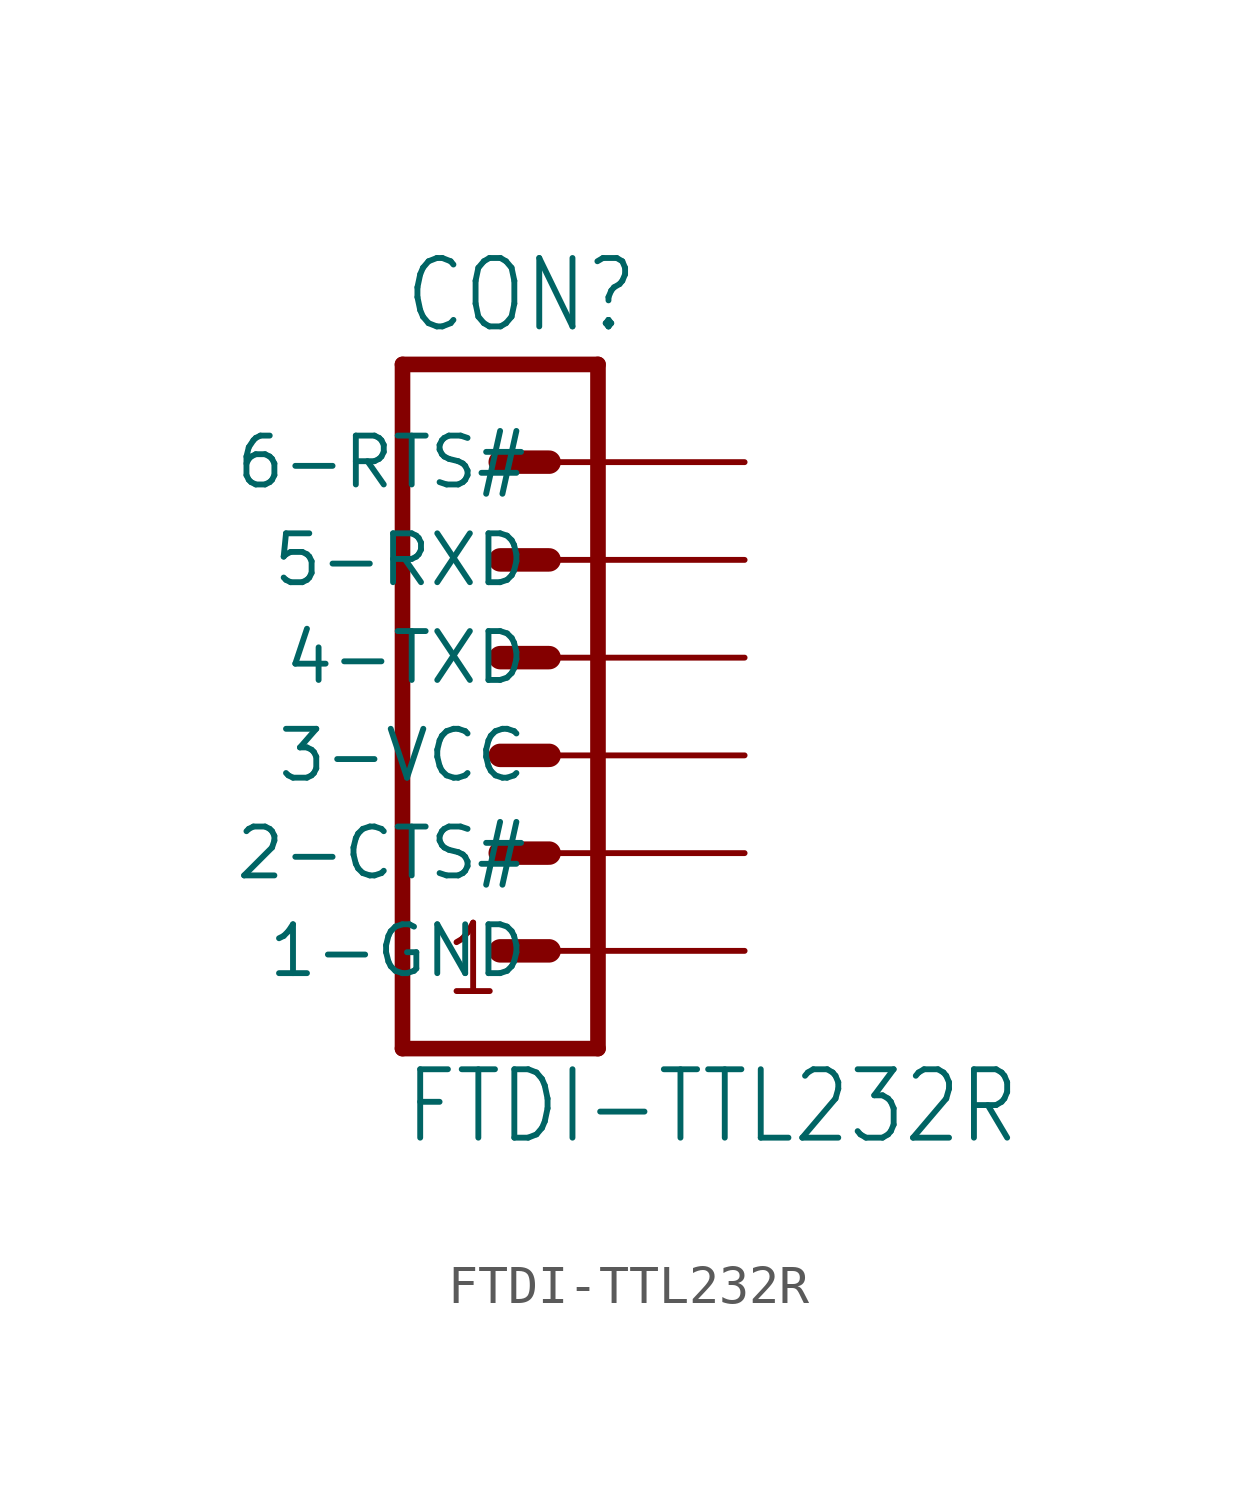
<source format=kicad_sym>
(kicad_symbol_lib
  (version 20211014)
  (generator kicad_symbol_editor)
  (symbol "FTDI-TTL232R"
    (property "Reference" "CON"
      (at -1.27 8.382 0)
      (effects (font (size 1.778 1.511)) (justify left bottom)))
    (property "Value" "FTDI-TTL232R"
      (at -1.27 -12.7 0)
      (effects (font (size 1.778 1.511)) (justify left bottom)))
    (property "ki_locked" ""
      (at 0 0 0)
      (effects (font (size 1.27 1.27))))
    (symbol "FTDI-TTL232R_1_0"
      (polyline (pts (xy -1.27 7.62) (xy -1.27 -10.16)) (stroke (width 0.406) (type default) (color 0 0 0 0)) (fill (type none)))
      (polyline (pts (xy -1.27 7.62) (xy 3.81 7.62)) (stroke (width 0.406) (type default) (color 0 0 0 0)) (fill (type none)))
      (polyline (pts (xy 1.27 -7.62) (xy 2.54 -7.62)) (stroke (width 0.61) (type default) (color 0 0 0 0)) (fill (type none)))
      (polyline (pts (xy 1.27 -5.08) (xy 2.54 -5.08)) (stroke (width 0.61) (type default) (color 0 0 0 0)) (fill (type none)))
      (polyline (pts (xy 1.27 -2.54) (xy 2.54 -2.54)) (stroke (width 0.61) (type default) (color 0 0 0 0)) (fill (type none)))
      (polyline (pts (xy 1.27 0) (xy 2.54 0)) (stroke (width 0.61) (type default) (color 0 0 0 0)) (fill (type none)))
      (polyline (pts (xy 1.27 2.54) (xy 2.54 2.54)) (stroke (width 0.61) (type default) (color 0 0 0 0)) (fill (type none)))
      (polyline (pts (xy 1.27 5.08) (xy 2.54 5.08)) (stroke (width 0.61) (type default) (color 0 0 0 0)) (fill (type none)))
      (polyline (pts (xy 3.81 -10.16) (xy -1.27 -10.16)) (stroke (width 0.406) (type default) (color 0 0 0 0)) (fill (type none)))
      (polyline (pts (xy 3.81 -10.16) (xy 3.81 7.62)) (stroke (width 0.406) (type default) (color 0 0 0 0)) (fill (type none)))
      (text "1" (at -0.254 -8.89 0) (effects (font (size 1.778 1.511)) (justify left bottom)))
      (pin passive line (at 7.62 -7.62 180) (length 5.08) (name "1-GND" (effects (font (size 1.27 1.27)))) (number "1" (effects (font (size 0 0)))))
      (pin passive line (at 7.62 -5.08 180) (length 5.08) (name "2-CTS#" (effects (font (size 1.27 1.27)))) (number "2" (effects (font (size 0 0)))))
      (pin passive line (at 7.62 -2.54 180) (length 5.08) (name "3-VCC" (effects (font (size 1.27 1.27)))) (number "3" (effects (font (size 0 0)))))
      (pin passive line (at 7.62 0 180) (length 5.08) (name "4-TXD" (effects (font (size 1.27 1.27)))) (number "4" (effects (font (size 0 0)))))
      (pin passive line (at 7.62 2.54 180) (length 5.08) (name "5-RXD" (effects (font (size 1.27 1.27)))) (number "5" (effects (font (size 0 0)))))
      (pin passive line (at 7.62 5.08 180) (length 5.08) (name "6-RTS#" (effects (font (size 1.27 1.27)))) (number "6" (effects (font (size 0 0))))))))
</source>
